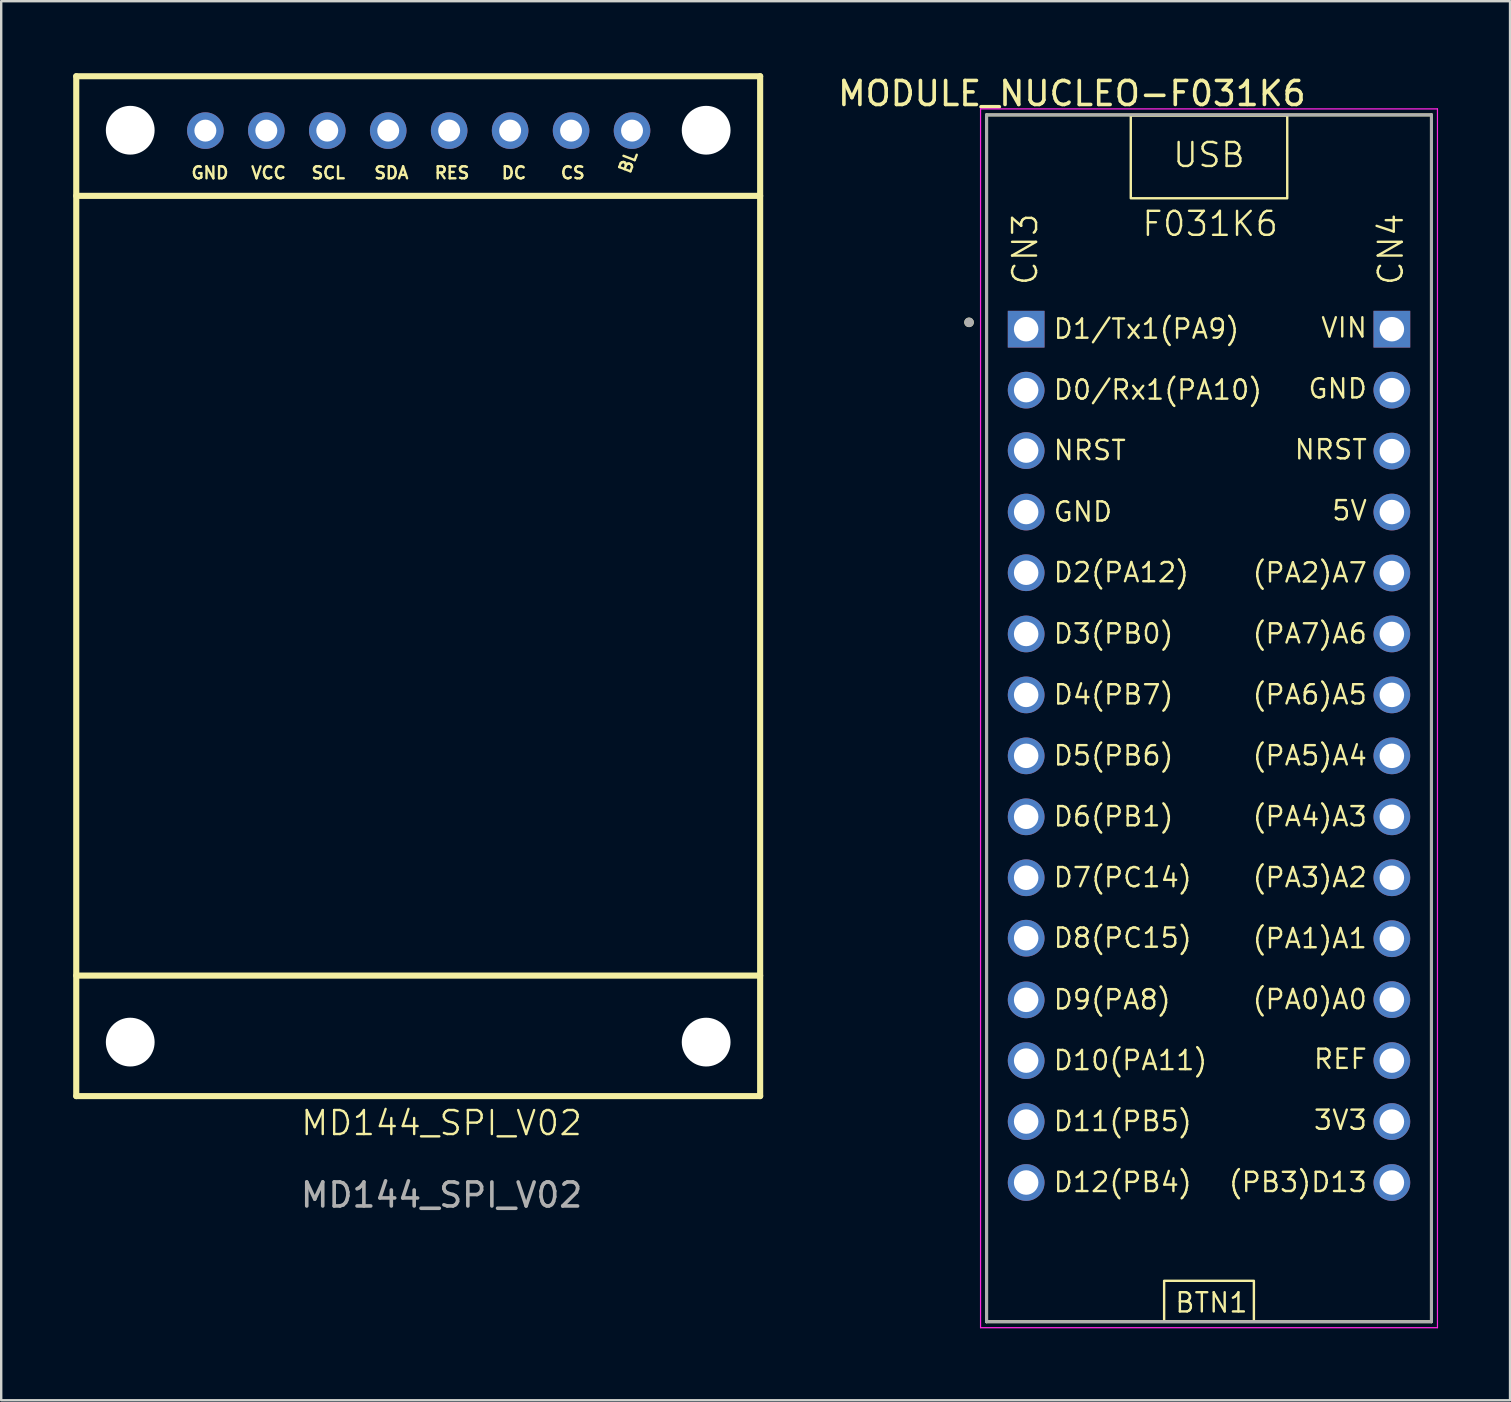
<source format=kicad_pcb>
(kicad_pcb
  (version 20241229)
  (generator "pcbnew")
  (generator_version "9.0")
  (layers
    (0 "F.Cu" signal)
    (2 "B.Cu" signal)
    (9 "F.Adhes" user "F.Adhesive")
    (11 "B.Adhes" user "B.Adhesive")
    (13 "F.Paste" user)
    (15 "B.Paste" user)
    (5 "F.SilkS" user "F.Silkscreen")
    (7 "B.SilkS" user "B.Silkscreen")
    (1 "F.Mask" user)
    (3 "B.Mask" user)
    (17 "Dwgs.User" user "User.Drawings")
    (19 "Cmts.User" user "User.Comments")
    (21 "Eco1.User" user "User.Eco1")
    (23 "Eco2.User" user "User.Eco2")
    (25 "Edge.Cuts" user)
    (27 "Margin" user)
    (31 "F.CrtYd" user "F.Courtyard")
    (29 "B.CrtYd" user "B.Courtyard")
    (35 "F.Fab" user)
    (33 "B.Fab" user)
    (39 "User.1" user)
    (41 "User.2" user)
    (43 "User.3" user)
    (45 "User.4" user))
  (footprint "MODULE_NUCLEO-F031K6"
    (layer "F.Cu")
    (at 47.332 26.883)
    (property "Reference" "MODULE_NUCLEO-F031K6" (at -5.715 -26.035 0) (layer "F.SilkS") (effects (font (size 1 1) (thickness 0.15))))
    (attr through_hole)
    (fp_line (start -9.27 -25.145) (end 9.27 -25.145) (stroke (width 0.127) (type solid)) (layer "F.SilkS"))
    (fp_line (start -9.27 25.145) (end -9.27 -25.145) (stroke (width 0.127) (type solid)) (layer "F.SilkS"))
    (fp_line (start 9.27 -25.145) (end 9.27 25.145) (stroke (width 0.127) (type solid)) (layer "F.SilkS"))
    (fp_line (start 9.27 25.145) (end -9.27 25.145) (stroke (width 0.127) (type solid)) (layer "F.SilkS"))
    (fp_rect (start -3.26 -25.12) (end 3.26 -21.67) (stroke (width 0.1) (type default)) (fill no) (layer "F.SilkS"))
    (fp_rect (start -1.87 23.44) (end 1.87 25.14) (stroke (width 0.1) (type default)) (fill no) (layer "F.SilkS"))
    (fp_circle (center -10 -16.5) (end -9.9 -16.5) (stroke (width 0.2) (type solid)) (fill no) (layer "F.SilkS"))
    (fp_line (start -9.52 -25.395) (end 9.52 -25.395) (stroke (width 0.05) (type solid)) (layer "F.CrtYd"))
    (fp_line (start -9.52 25.395) (end -9.52 -25.395) (stroke (width 0.05) (type solid)) (layer "F.CrtYd"))
    (fp_line (start 9.52 -25.395) (end 9.52 25.395) (stroke (width 0.05) (type solid)) (layer "F.CrtYd"))
    (fp_line (start 9.52 25.395) (end -9.52 25.395) (stroke (width 0.05) (type solid)) (layer "F.CrtYd"))
    (fp_line (start -9.27 -25.145) (end 9.27 -25.145) (stroke (width 0.127) (type solid)) (layer "F.Fab"))
    (fp_line (start -9.27 25.145) (end -9.27 -25.145) (stroke (width 0.127) (type solid)) (layer "F.Fab"))
    (fp_line (start 9.27 -25.145) (end 9.27 25.145) (stroke (width 0.127) (type solid)) (layer "F.Fab"))
    (fp_line (start 9.27 25.145) (end -9.27 25.145) (stroke (width 0.127) (type solid)) (layer "F.Fab"))
    (fp_circle (center -10 -16.5) (end -9.9 -16.5) (stroke (width 0.2) (type solid)) (fill no) (layer "F.Fab"))
    (fp_text user "D9(PA8)" (at -6.54 12.19 0) (unlocked yes) (layer "F.SilkS") (effects (font (size 0.8 0.8) (thickness 0.1)) (justify left bottom)))
    (fp_text user "GND" (at 4.077 -13.27 0) (unlocked yes) (layer "F.SilkS") (effects (font (size 0.8 0.8) (thickness 0.1)) (justify left bottom)))
    (fp_text user "REF" (at 4.305 14.67 0) (unlocked yes) (layer "F.SilkS") (effects (font (size 0.8 0.8) (thickness 0.1)) (justify left bottom)))
    (fp_text user "(PA7)A6" (at 1.753 -3.058 0) (unlocked yes) (layer "F.SilkS") (effects (font (size 0.8 0.8) (thickness 0.1)) (justify left bottom)))
    (fp_text user "D3(PB0)" (at -6.54 -3.058 0) (unlocked yes) (layer "F.SilkS") (effects (font (size 0.8 0.8) (thickness 0.1)) (justify left bottom)))
    (fp_text user "D4(PB7)" (at -6.54 -0.518 0) (unlocked yes) (layer "F.SilkS") (effects (font (size 0.8 0.8) (thickness 0.1)) (justify left bottom)))
    (fp_text user "D1/Tx1(PA9)" (at -6.54 -15.758 0) (unlocked yes) (layer "F.SilkS") (effects (font (size 0.8 0.8) (thickness 0.1)) (justify left bottom)))
    (fp_text user "CN3" (at -7.08 -17.98 90) (unlocked yes) (layer "F.SilkS") (effects (font (size 1 1) (thickness 0.1)) (justify left bottom)))
    (fp_text user "D12(PB4)" (at -6.54 19.802 0) (unlocked yes) (layer "F.SilkS") (effects (font (size 0.8 0.8) (thickness 0.1)) (justify left bottom)))
    (fp_text user "VIN" (at 4.61 -15.81 0) (unlocked yes) (layer "F.SilkS") (effects (font (size 0.8 0.8) (thickness 0.1)) (justify left bottom)))
    (fp_text user "BTN1" (at -1.47 24.82 0) (unlocked yes) (layer "F.SilkS") (effects (font (size 0.8 0.8) (thickness 0.1)) (justify left bottom)))
    (fp_text user "(PB3)D13" (at 0.762 19.802 0) (unlocked yes) (layer "F.SilkS") (effects (font (size 0.8 0.8) (thickness 0.1)) (justify left bottom)))
    (fp_text user "(PA2)A7" (at 1.753 -5.598 0) (unlocked yes) (layer "F.SilkS") (effects (font (size 0.8 0.8) (thickness 0.1)) (justify left bottom)))
    (fp_text user "CN4" (at 8.159 -17.98 90) (unlocked yes) (layer "F.SilkS") (effects (font (size 1 1) (thickness 0.1)) (justify left bottom)))
    (fp_text user "D10(PA11)" (at -6.54 14.722 0) (unlocked yes) (layer "F.SilkS") (effects (font (size 0.8 0.8) (thickness 0.1)) (justify left bottom)))
    (fp_text user "(PA0)A0" (at 1.753 12.181 0) (unlocked yes) (layer "F.SilkS") (effects (font (size 0.8 0.8) (thickness 0.1)) (justify left bottom)))
    (fp_text user "(PA6)A5" (at 1.753 -0.518 0) (unlocked yes) (layer "F.SilkS") (effects (font (size 0.8 0.8) (thickness 0.1)) (justify left bottom)))
    (fp_text user "D2(PA12)" (at -6.54 -5.61 0) (unlocked yes) (layer "F.SilkS") (effects (font (size 0.8 0.8) (thickness 0.1)) (justify left bottom)))
    (fp_text user "D7(PC14)" (at -6.54 7.101 0) (unlocked yes) (layer "F.SilkS") (effects (font (size 0.8 0.8) (thickness 0.1)) (justify left bottom)))
    (fp_text user "(PA3)A2" (at 1.753 7.101 0) (unlocked yes) (layer "F.SilkS") (effects (font (size 0.8 0.8) (thickness 0.1)) (justify left bottom)))
    (fp_text user "D11(PB5)" (at -6.54 17.262 0) (unlocked yes) (layer "F.SilkS") (effects (font (size 0.8 0.8) (thickness 0.1)) (justify left bottom)))
    (fp_text user "5V" (at 5.067 -8.19 0) (unlocked yes) (layer "F.SilkS") (effects (font (size 0.8 0.8) (thickness 0.1)) (justify left bottom)))
    (fp_text user "D0/Rx1(PA10)" (at -6.54 -13.219 0) (unlocked yes) (layer "F.SilkS") (effects (font (size 0.8 0.8) (thickness 0.1)) (justify left bottom)))
    (fp_text user "3V3" (at 4.305 17.21 0) (unlocked yes) (layer "F.SilkS") (effects (font (size 0.8 0.8) (thickness 0.1)) (justify left bottom)))
    (fp_text user "F031K6" (at -2.85 -20.02 0) (unlocked yes) (layer "F.SilkS") (effects (font (size 1 1) (thickness 0.1)) (justify left bottom)))
    (fp_text user "(PA4)A3" (at 1.753 4.561 0) (unlocked yes) (layer "F.SilkS") (effects (font (size 0.8 0.8) (thickness 0.1)) (justify left bottom)))
    (fp_text user "D8(PC15)" (at -6.54 9.62 0) (unlocked yes) (layer "F.SilkS") (effects (font (size 0.8 0.8) (thickness 0.1)) (justify left bottom)))
    (fp_text user "NRST" (at 3.505 -10.73 0) (unlocked yes) (layer "F.SilkS") (effects (font (size 0.8 0.8) (thickness 0.1)) (justify left bottom)))
    (fp_text user "GND" (at -6.54 -8.139 0) (unlocked yes) (layer "F.SilkS") (effects (font (size 0.8 0.8) (thickness 0.1)) (justify left bottom)))
    (fp_text user "(PA5)A4" (at 1.753 2.022 0) (unlocked yes) (layer "F.SilkS") (effects (font (size 0.8 0.8) (thickness 0.1)) (justify left bottom)))
    (fp_text user "(PA1)A1" (at 1.753 9.642 0) (unlocked yes) (layer "F.SilkS") (effects (font (size 0.8 0.8) (thickness 0.1)) (justify left bottom)))
    (fp_text user "D5(PB6)" (at -6.54 2.022 0) (unlocked yes) (layer "F.SilkS") (effects (font (size 0.8 0.8) (thickness 0.1)) (justify left bottom)))
    (fp_text user "USB" (at -1.57 -22.89 0) (unlocked yes) (layer "F.SilkS") (effects (font (size 1 1) (thickness 0.1)) (justify left bottom)))
    (fp_text user "NRST" (at -6.54 -10.7 0) (unlocked yes) (layer "F.SilkS") (effects (font (size 0.8 0.8) (thickness 0.1)) (justify left bottom)))
    (fp_text user "D6(PB1)" (at -6.54 4.561 0) (unlocked yes) (layer "F.SilkS") (effects (font (size 0.8 0.8) (thickness 0.1)) (justify left bottom)))
    (pad "CN3_1" thru_hole rect (at -7.62 -16.215) (size 1.53 1.53) (drill 1.02) (layers "*.Cu" "*.Mask"))
    (pad "CN3_2" thru_hole circle (at -7.62 -13.675) (size 1.53 1.53) (drill 1.02) (layers "*.Cu" "*.Mask"))
    (pad "CN3_3" thru_hole circle (at -7.62 -11.156) (size 1.53 1.53) (drill 1.02) (layers "*.Cu" "*.Mask"))
    (pad "CN3_4" thru_hole circle (at -7.62 -8.595) (size 1.53 1.53) (drill 1.02) (layers "*.Cu" "*.Mask"))
    (pad "CN3_5" thru_hole circle (at -7.62 -6.066) (size 1.53 1.53) (drill 1.02) (layers "*.Cu" "*.Mask"))
    (pad "CN3_6" thru_hole circle (at -7.62 -3.515) (size 1.53 1.53) (drill 1.02) (layers "*.Cu" "*.Mask"))
    (pad "CN3_7" thru_hole circle (at -7.62 -0.975) (size 1.53 1.53) (drill 1.02) (layers "*.Cu" "*.Mask"))
    (pad "CN3_8" thru_hole circle (at -7.62 1.565) (size 1.53 1.53) (drill 1.02) (layers "*.Cu" "*.Mask"))
    (pad "CN3_9" thru_hole circle (at -7.62 4.105) (size 1.53 1.53) (drill 1.02) (layers "*.Cu" "*.Mask"))
    (pad "CN3_10" thru_hole circle (at -7.62 6.645) (size 1.53 1.53) (drill 1.02) (layers "*.Cu" "*.Mask"))
    (pad "CN3_11" thru_hole circle (at -7.62 9.164) (size 1.53 1.53) (drill 1.02) (layers "*.Cu" "*.Mask"))
    (pad "CN3_12" thru_hole circle (at -7.62 11.733) (size 1.53 1.53) (drill 1.02) (layers "*.Cu" "*.Mask"))
    (pad "CN3_13" thru_hole circle (at -7.62 14.265) (size 1.53 1.53) (drill 1.02) (layers "*.Cu" "*.Mask"))
    (pad "CN3_14" thru_hole circle (at -7.62 16.805) (size 1.53 1.53) (drill 1.02) (layers "*.Cu" "*.Mask"))
    (pad "CN3_15" thru_hole circle (at -7.62 19.345) (size 1.53 1.53) (drill 1.02) (layers "*.Cu" "*.Mask"))
    (pad "CN4_1" thru_hole rect (at 7.62 -16.215) (size 1.53 1.53) (drill 1.02) (layers "*.Cu" "*.Mask"))
    (pad "CN4_2" thru_hole circle (at 7.62 -13.675) (size 1.53 1.53) (drill 1.02) (layers "*.Cu" "*.Mask"))
    (pad "CN4_3" thru_hole circle (at 7.62 -11.135) (size 1.53 1.53) (drill 1.02) (layers "*.Cu" "*.Mask"))
    (pad "CN4_4" thru_hole circle (at 7.62 -8.595) (size 1.53 1.53) (drill 1.02) (layers "*.Cu" "*.Mask"))
    (pad "CN4_5" thru_hole circle (at 7.62 -6.055) (size 1.53 1.53) (drill 1.02) (layers "*.Cu" "*.Mask"))
    (pad "CN4_6" thru_hole circle (at 7.62 -3.515) (size 1.53 1.53) (drill 1.02) (layers "*.Cu" "*.Mask"))
    (pad "CN4_7" thru_hole circle (at 7.62 -0.975) (size 1.53 1.53) (drill 1.02) (layers "*.Cu" "*.Mask"))
    (pad "CN4_8" thru_hole circle (at 7.62 1.565) (size 1.53 1.53) (drill 1.02) (layers "*.Cu" "*.Mask"))
    (pad "CN4_9" thru_hole circle (at 7.62 4.105) (size 1.53 1.53) (drill 1.02) (layers "*.Cu" "*.Mask"))
    (pad "CN4_10" thru_hole circle (at 7.62 6.645) (size 1.53 1.53) (drill 1.02) (layers "*.Cu" "*.Mask"))
    (pad "CN4_11" thru_hole circle (at 7.62 9.185) (size 1.53 1.53) (drill 1.02) (layers "*.Cu" "*.Mask"))
    (pad "CN4_12" thru_hole circle (at 7.62 11.725) (size 1.53 1.53) (drill 1.02) (layers "*.Cu" "*.Mask"))
    (pad "CN4_13" thru_hole circle (at 7.62 14.265) (size 1.53 1.53) (drill 1.02) (layers "*.Cu" "*.Mask"))
    (pad "CN4_14" thru_hole circle (at 7.62 16.805) (size 1.53 1.53) (drill 1.02) (layers "*.Cu" "*.Mask"))
    (pad "CN4_15" thru_hole circle (at 7.62 19.345) (size 1.53 1.53) (drill 1.02) (layers "*.Cu" "*.Mask")))
  (footprint "MD144_SPI_V02"
    (layer "F.Cu")
    (at 15.352 21.2)
    (property "Reference" "MD144_SPI_V02" (at 0 22.55 0) (unlocked yes) (layer "F.SilkS") (effects (font (size 1 1) (thickness 0.1))))
    (attr through_hole)
    (fp_line (start -15.225 -21.073) (end 13.275 -21.073) (stroke (width 0.254) (type solid)) (layer "F.SilkS"))
    (fp_line (start -15.225 -16.088) (end 13.275 -16.088) (stroke (width 0.254) (type solid)) (layer "F.SilkS"))
    (fp_line (start -15.225 16.405) (end 13.275 16.405) (stroke (width 0.254) (type solid)) (layer "F.SilkS"))
    (fp_line (start -15.225 21.427) (end -15.225 -21.073) (stroke (width 0.254) (type solid)) (layer "F.SilkS"))
    (fp_line (start -15.225 21.427) (end 13.275 21.427) (stroke (width 0.254) (type solid)) (layer "F.SilkS"))
    (fp_line (start 13.275 21.427) (end 13.275 -21.073) (stroke (width 0.254) (type solid)) (layer "F.SilkS"))
    (fp_line (start -0.15 0.05) (end -0.149 0.049) (stroke (width 0.003) (type solid)) (layer "Eco1.User"))
    (fp_text user "CS" (at 4.913 -16.754 0) (unlocked yes) (layer "F.SilkS") (effects (font (size 0.5 0.5) (thickness 0.1)) (justify left bottom)))
    (fp_text user "DC" (at 2.449 -16.754 0) (unlocked yes) (layer "F.SilkS") (effects (font (size 0.5 0.5) (thickness 0.1)) (justify left bottom)))
    (fp_text user "BL" (at 7.864 -16.914 69) (unlocked yes) (layer "F.SilkS") (effects (font (size 0.5 0.5) (thickness 0.1)) (justify left bottom)))
    (fp_text user "GND" (at -10.481 -16.754 0) (unlocked yes) (layer "F.SilkS") (effects (font (size 0.5 0.5) (thickness 0.1)) (justify left bottom)))
    (fp_text user "RES" (at -0.346 -16.754 0) (unlocked yes) (layer "F.SilkS") (effects (font (size 0.5 0.5) (thickness 0.1)) (justify left bottom)))
    (fp_text user "VCC" (at -7.992 -16.754 0) (unlocked yes) (layer "F.SilkS") (effects (font (size 0.5 0.5) (thickness 0.1)) (justify left bottom)))
    (fp_text user "SDA" (at -2.861 -16.754 0) (unlocked yes) (layer "F.SilkS") (effects (font (size 0.5 0.5) (thickness 0.1)) (justify left bottom)))
    (fp_text user "SCL" (at -5.477 -16.754 0) (unlocked yes) (layer "F.SilkS") (effects (font (size 0.5 0.5) (thickness 0.1)) (justify left bottom)))
    (fp_text user "${REFERENCE}" (at 0 25.55 0) (unlocked yes) (layer "F.Fab") (effects (font (size 1 1) (thickness 0.15))))
    (pad "" np_thru_hole circle (at -12.975 -18.823) (size 2.032 2.032) (drill 2.032) (layers "*.Cu" "*.Mask"))
    (pad "" np_thru_hole circle (at -12.975 19.177) (size 2.032 2.032) (drill 2.032) (layers "*.Cu" "*.Mask"))
    (pad "" np_thru_hole circle (at 11.025 -18.823) (size 2.032 2.032) (drill 2.032) (layers "*.Cu" "*.Mask"))
    (pad "" np_thru_hole circle (at 11.025 19.177) (size 2.032 2.032) (drill 2.032) (layers "*.Cu" "*.Mask"))
    (pad "1" thru_hole circle (at -9.844 -18.807) (size 1.524 1.524) (drill 0.914) (layers "*.Cu" "*.Mask"))
    (pad "2" thru_hole circle (at -7.304 -18.807) (size 1.524 1.524) (drill 0.914) (layers "*.Cu" "*.Mask"))
    (pad "3" thru_hole circle (at -4.764 -18.807) (size 1.524 1.524) (drill 0.914) (layers "*.Cu" "*.Mask"))
    (pad "4" thru_hole circle (at -2.224 -18.807) (size 1.524 1.524) (drill 0.914) (layers "*.Cu" "*.Mask"))
    (pad "5" thru_hole circle (at 0.316 -18.807) (size 1.524 1.524) (drill 0.914) (layers "*.Cu" "*.Mask"))
    (pad "6" thru_hole circle (at 2.856 -18.807) (size 1.524 1.524) (drill 0.914) (layers "*.Cu" "*.Mask"))
    (pad "7" thru_hole circle (at 5.396 -18.807) (size 1.524 1.524) (drill 0.914) (layers "*.Cu" "*.Mask"))
    (pad "8" thru_hole circle (at 7.936 -18.807) (size 1.524 1.524) (drill 0.914) (layers "*.Cu" "*.Mask")))
  (gr_rect
    (start -3 -3)
    (end 59.877 55.303)
    (stroke (width 0.1) (type default))
    (fill no)
    (layer "Edge.Cuts")))
</source>
